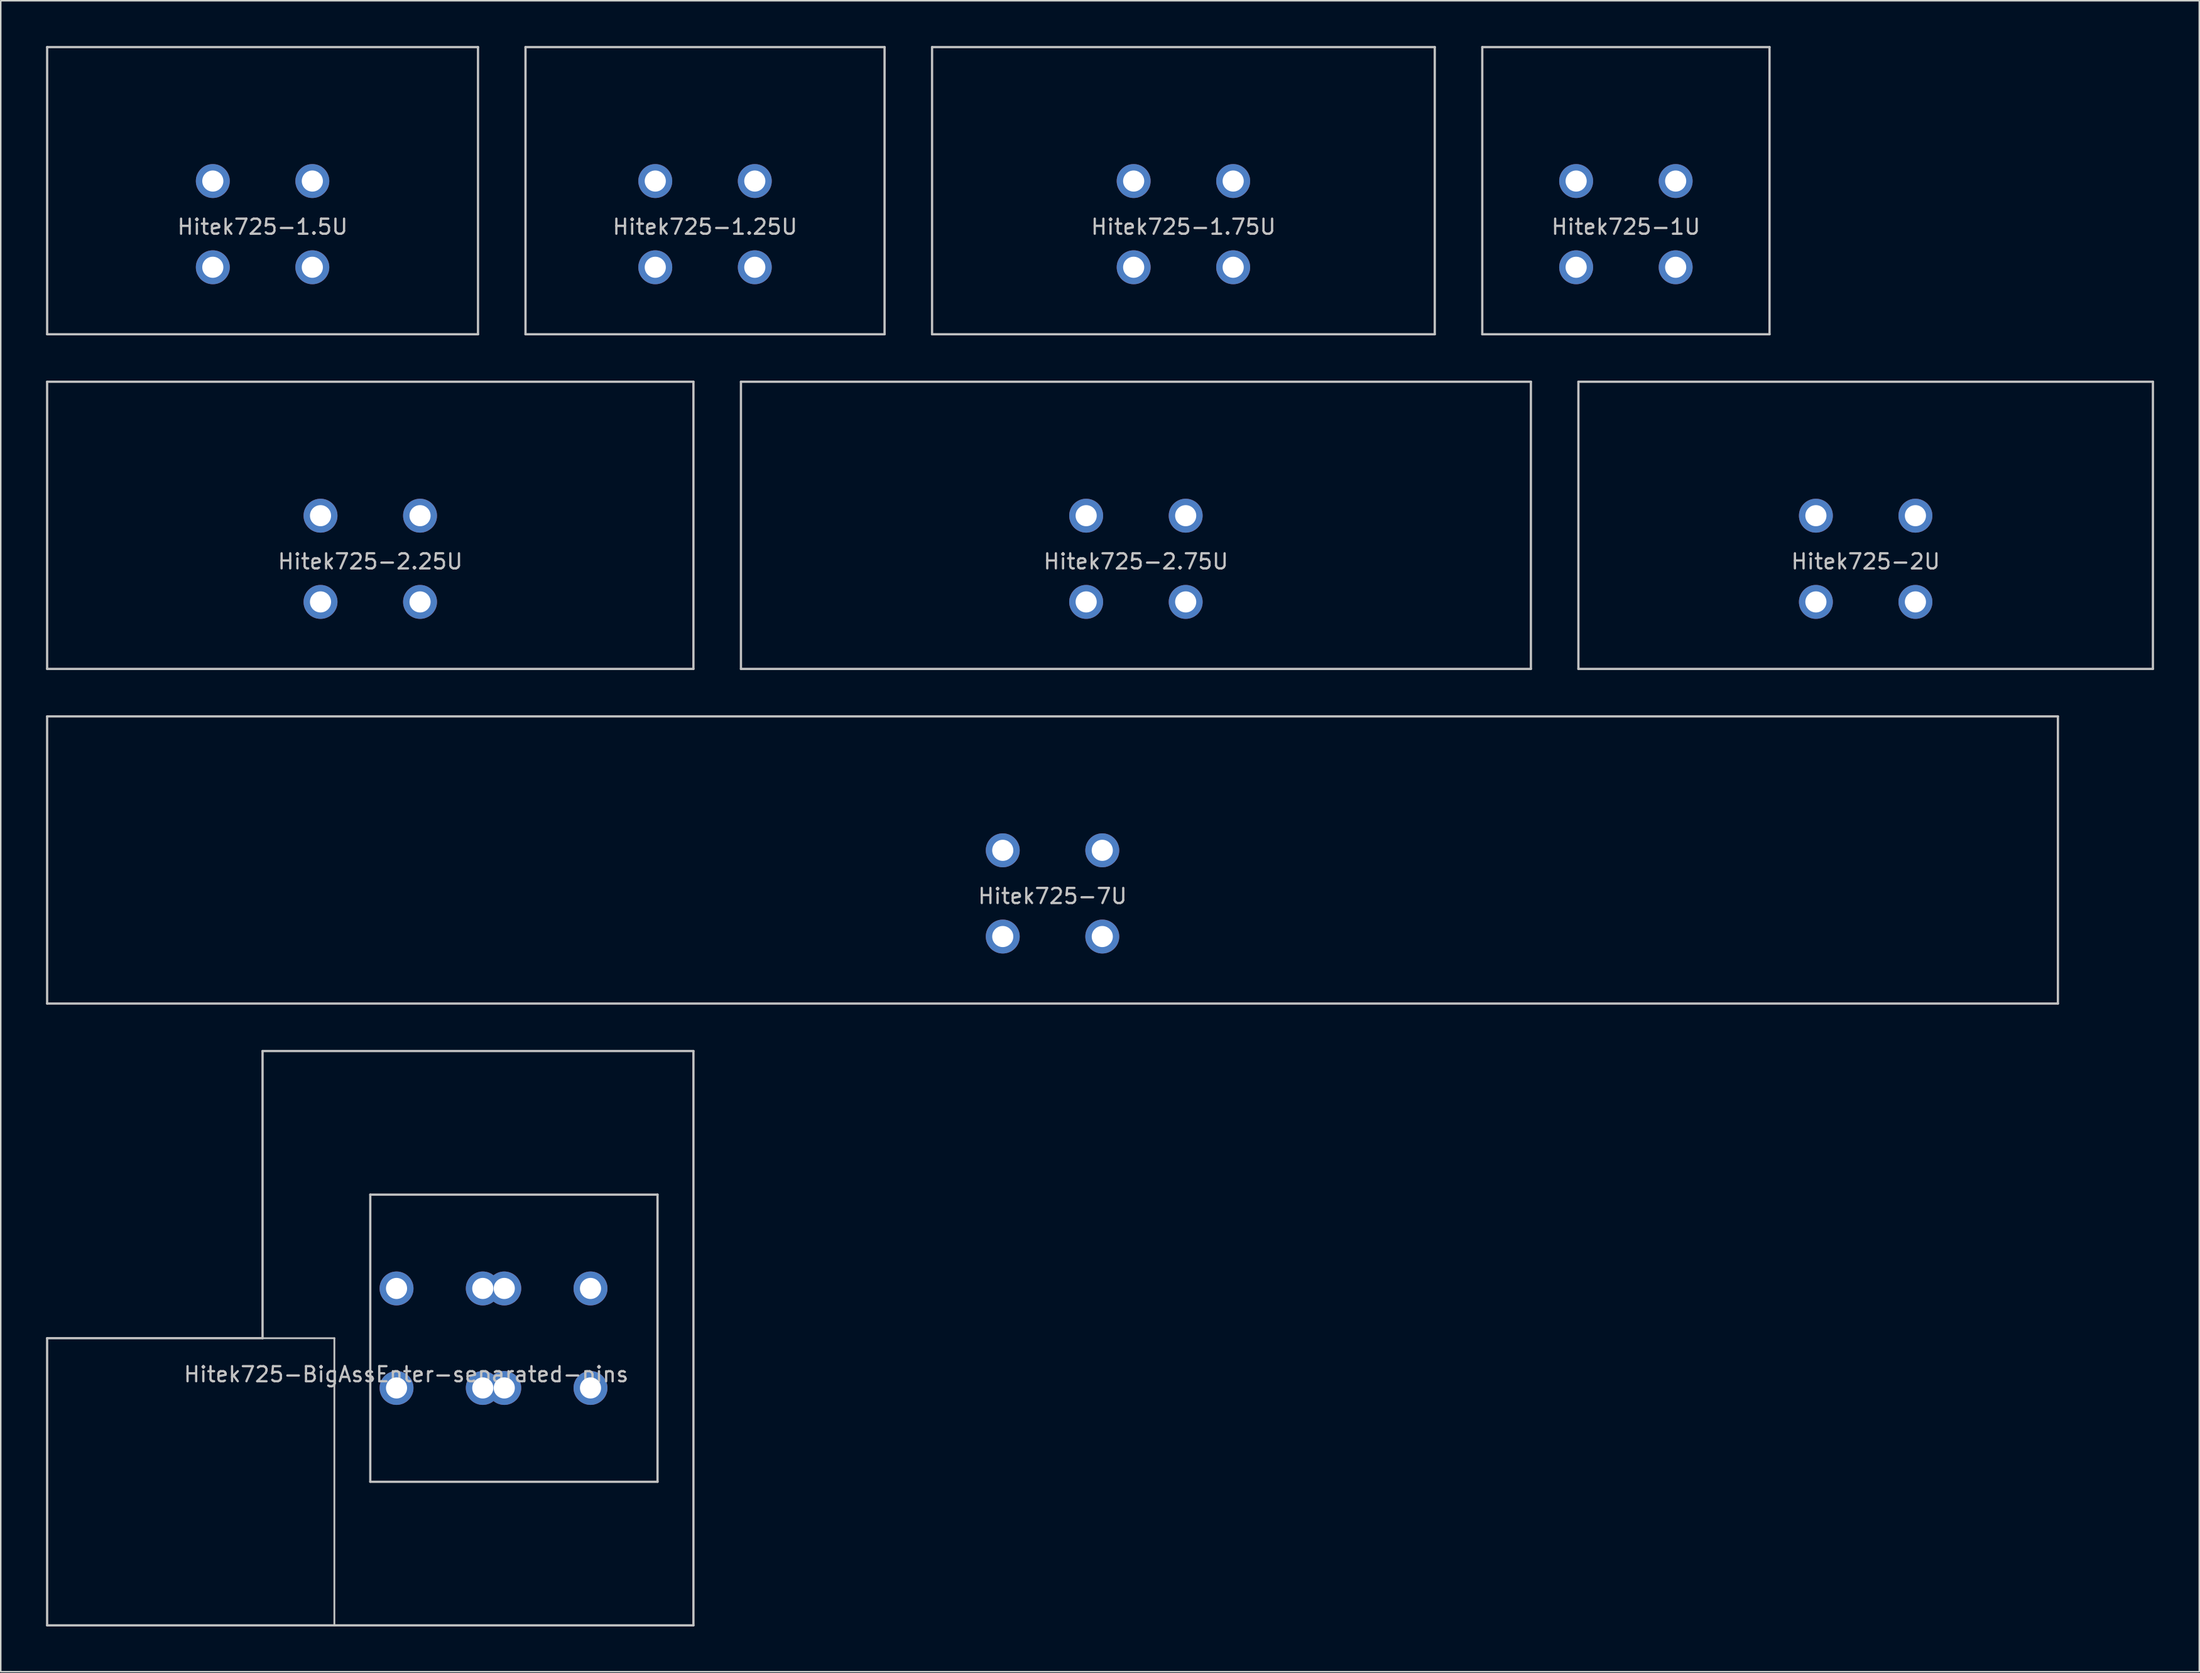
<source format=kicad_pcb>
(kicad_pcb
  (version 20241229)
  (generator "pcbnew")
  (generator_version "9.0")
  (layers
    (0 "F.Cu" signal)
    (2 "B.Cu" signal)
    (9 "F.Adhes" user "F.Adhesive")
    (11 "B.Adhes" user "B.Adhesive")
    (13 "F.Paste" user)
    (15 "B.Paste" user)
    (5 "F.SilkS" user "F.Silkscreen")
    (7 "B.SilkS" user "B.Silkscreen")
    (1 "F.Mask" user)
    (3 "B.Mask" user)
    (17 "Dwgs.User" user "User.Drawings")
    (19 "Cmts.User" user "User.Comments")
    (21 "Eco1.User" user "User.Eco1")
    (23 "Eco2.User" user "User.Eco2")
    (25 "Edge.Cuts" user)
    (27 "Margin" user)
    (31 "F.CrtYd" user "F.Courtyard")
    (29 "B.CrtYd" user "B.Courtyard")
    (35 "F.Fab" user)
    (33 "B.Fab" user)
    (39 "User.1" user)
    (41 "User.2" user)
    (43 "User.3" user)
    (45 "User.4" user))
  (footprint "Hitek725-1.75U"
    (layer "F.Cu")
    (at 75.431 9.6)
    (property "Reference" "Hitek725-1.75U" (at 0 2.4 0) (layer "Dwgs.User") (effects (font (size 1 1) (thickness 0.15))))
    (attr through_hole)
    (fp_line (start -16.669 -9.525) (end 16.669 -9.525) (stroke (width 0.15) (type solid)) (layer "Dwgs.User"))
    (fp_line (start -16.669 9.525) (end -16.669 -9.525) (stroke (width 0.15) (type solid)) (layer "Dwgs.User"))
    (fp_line (start 16.669 -9.525) (end 16.669 9.525) (stroke (width 0.15) (type solid)) (layer "Dwgs.User"))
    (fp_line (start 16.669 9.525) (end -16.669 9.525) (stroke (width 0.15) (type solid)) (layer "Dwgs.User"))
    (pad "1" thru_hole circle (at -3.3 -0.64) (size 2.25 2.25) (drill 1.4) (layers "*.Cu" "*.Mask"))
    (pad "1" thru_hole circle (at -3.3 5.08) (size 2.25 2.25) (drill 1.4) (layers "*.Cu" "*.Mask"))
    (pad "2" thru_hole circle (at 3.3 -0.64) (size 2.25 2.25) (drill 1.4) (layers "*.Cu" "*.Mask"))
    (pad "2" thru_hole circle (at 3.3 5.08) (size 2.25 2.25) (drill 1.4) (layers "*.Cu" "*.Mask")))
  (footprint "Hitek725-1U"
    (layer "F.Cu")
    (at 104.775 9.6)
    (property "Reference" "Hitek725-1U" (at 0 2.4 0) (layer "Dwgs.User") (effects (font (size 1 1) (thickness 0.15))))
    (attr through_hole)
    (fp_line (start -9.525 -9.525) (end 9.525 -9.525) (stroke (width 0.15) (type solid)) (layer "Dwgs.User"))
    (fp_line (start -9.525 9.525) (end -9.525 -9.525) (stroke (width 0.15) (type solid)) (layer "Dwgs.User"))
    (fp_line (start 9.525 -9.525) (end 9.525 9.525) (stroke (width 0.15) (type solid)) (layer "Dwgs.User"))
    (fp_line (start 9.525 9.525) (end -9.525 9.525) (stroke (width 0.15) (type solid)) (layer "Dwgs.User"))
    (pad "1" thru_hole circle (at -3.3 -0.64) (size 2.25 2.25) (drill 1.4) (layers "*.Cu" "*.Mask"))
    (pad "1" thru_hole circle (at -3.3 5.08) (size 2.25 2.25) (drill 1.4) (layers "*.Cu" "*.Mask"))
    (pad "2" thru_hole circle (at 3.3 -0.64) (size 2.25 2.25) (drill 1.4) (layers "*.Cu" "*.Mask"))
    (pad "2" thru_hole circle (at 3.3 5.08) (size 2.25 2.25) (drill 1.4) (layers "*.Cu" "*.Mask")))
  (footprint "Hitek725-7U"
    (layer "F.Cu")
    (at 66.75 54)
    (property "Reference" "Hitek725-7U" (at 0 2.4 0) (layer "Dwgs.User") (effects (font (size 1 1) (thickness 0.15))))
    (attr through_hole)
    (fp_line (start -66.675 -9.525) (end 66.675 -9.525) (stroke (width 0.15) (type solid)) (layer "Dwgs.User"))
    (fp_line (start -66.675 9.525) (end -66.675 -9.525) (stroke (width 0.15) (type solid)) (layer "Dwgs.User"))
    (fp_line (start 66.675 -9.525) (end 66.675 9.525) (stroke (width 0.15) (type solid)) (layer "Dwgs.User"))
    (fp_line (start 66.675 9.525) (end -66.675 9.525) (stroke (width 0.15) (type solid)) (layer "Dwgs.User"))
    (pad "1" thru_hole circle (at -3.3 -0.64) (size 2.25 2.25) (drill 1.4) (layers "*.Cu" "*.Mask"))
    (pad "1" thru_hole circle (at -3.3 5.08) (size 2.25 2.25) (drill 1.4) (layers "*.Cu" "*.Mask"))
    (pad "2" thru_hole circle (at 3.3 -0.64) (size 2.25 2.25) (drill 1.4) (layers "*.Cu" "*.Mask"))
    (pad "2" thru_hole circle (at 3.3 5.08) (size 2.25 2.25) (drill 1.4) (layers "*.Cu" "*.Mask")))
  (footprint "Hitek725-2.75U"
    (layer "F.Cu")
    (at 72.281 31.8)
    (property "Reference" "Hitek725-2.75U" (at 0 2.4 0) (layer "Dwgs.User") (effects (font (size 1 1) (thickness 0.15))))
    (attr through_hole)
    (fp_line (start -26.194 -9.525) (end 26.194 -9.525) (stroke (width 0.15) (type solid)) (layer "Dwgs.User"))
    (fp_line (start -26.194 9.525) (end -26.194 -9.525) (stroke (width 0.15) (type solid)) (layer "Dwgs.User"))
    (fp_line (start 26.194 -9.525) (end 26.194 9.525) (stroke (width 0.15) (type solid)) (layer "Dwgs.User"))
    (fp_line (start 26.194 9.525) (end -26.194 9.525) (stroke (width 0.15) (type solid)) (layer "Dwgs.User"))
    (pad "1" thru_hole circle (at -3.3 -0.64) (size 2.25 2.25) (drill 1.4) (layers "*.Cu" "*.Mask"))
    (pad "1" thru_hole circle (at -3.3 5.08) (size 2.25 2.25) (drill 1.4) (layers "*.Cu" "*.Mask"))
    (pad "2" thru_hole circle (at 3.3 -0.64) (size 2.25 2.25) (drill 1.4) (layers "*.Cu" "*.Mask"))
    (pad "2" thru_hole circle (at 3.3 5.08) (size 2.25 2.25) (drill 1.4) (layers "*.Cu" "*.Mask")))
  (footprint "Hitek725-2.25U"
    (layer "F.Cu")
    (at 21.506 31.8)
    (property "Reference" "Hitek725-2.25U" (at 0 2.4 0) (layer "Dwgs.User") (effects (font (size 1 1) (thickness 0.15))))
    (attr through_hole)
    (fp_line (start -21.431 -9.525) (end 21.431 -9.525) (stroke (width 0.15) (type solid)) (layer "Dwgs.User"))
    (fp_line (start -21.431 9.525) (end -21.431 -9.525) (stroke (width 0.15) (type solid)) (layer "Dwgs.User"))
    (fp_line (start 21.431 -9.525) (end 21.431 9.525) (stroke (width 0.15) (type solid)) (layer "Dwgs.User"))
    (fp_line (start 21.431 9.525) (end -21.431 9.525) (stroke (width 0.15) (type solid)) (layer "Dwgs.User"))
    (pad "1" thru_hole circle (at -3.3 -0.64) (size 2.25 2.25) (drill 1.4) (layers "*.Cu" "*.Mask"))
    (pad "1" thru_hole circle (at -3.3 5.08) (size 2.25 2.25) (drill 1.4) (layers "*.Cu" "*.Mask"))
    (pad "2" thru_hole circle (at 3.3 -0.64) (size 2.25 2.25) (drill 1.4) (layers "*.Cu" "*.Mask"))
    (pad "2" thru_hole circle (at 3.3 5.08) (size 2.25 2.25) (drill 1.4) (layers "*.Cu" "*.Mask")))
  (footprint "Hitek725-BigAssEnter-separated-pins"
    (layer "F.Cu")
    (at 23.887 85.725)
    (property "Reference" "Hitek725-BigAssEnter-separated-pins" (at 0 2.4 0) (layer "Dwgs.User") (effects (font (size 1 1) (thickness 0.15))))
    (fp_line (start -23.812 0) (end -23.812 19.05) (stroke (width 0.15) (type solid)) (layer "Dwgs.User"))
    (fp_line (start -9.525 -19.05) (end 19.05 -19.05) (stroke (width 0.15) (type solid)) (layer "Dwgs.User"))
    (fp_line (start -9.525 0) (end -23.812 0) (stroke (width 0.15) (type solid)) (layer "Dwgs.User"))
    (fp_line (start -9.525 0) (end -9.525 -19.05) (stroke (width 0.15) (type solid)) (layer "Dwgs.User"))
    (fp_line (start -9.525 0) (end -4.763 0) (stroke (width 0.12) (type solid)) (layer "Dwgs.User"))
    (fp_line (start -4.763 0) (end -4.763 19.05) (stroke (width 0.12) (type solid)) (layer "Dwgs.User"))
    (fp_line (start -2.381 -9.525) (end 16.669 -9.525) (stroke (width 0.15) (type solid)) (layer "Dwgs.User"))
    (fp_line (start -2.381 9.525) (end -2.381 -9.525) (stroke (width 0.15) (type solid)) (layer "Dwgs.User"))
    (fp_line (start 16.669 -9.525) (end 16.669 9.525) (stroke (width 0.15) (type solid)) (layer "Dwgs.User"))
    (fp_line (start 16.669 9.525) (end -2.381 9.525) (stroke (width 0.15) (type solid)) (layer "Dwgs.User"))
    (fp_line (start 19.05 -19.05) (end 19.05 19.05) (stroke (width 0.15) (type solid)) (layer "Dwgs.User"))
    (fp_line (start 19.05 19.05) (end -23.812 19.05) (stroke (width 0.15) (type solid)) (layer "Dwgs.User"))
    (pad "1" thru_hole circle (at -0.64 -3.3) (size 2.25 2.25) (drill 1.4) (layers "*.Cu" "*.Mask"))
    (pad "1" thru_hole circle (at 5.08 -3.3) (size 2.25 2.25) (drill 1.4) (layers "*.Cu" "*.Mask"))
    (pad "1" thru_hole circle (at 6.504 -3.3 90) (size 2.25 2.25) (drill 1.4) (layers "*.Cu" "*.Mask"))
    (pad "1" thru_hole circle (at 12.224 -3.3 90) (size 2.25 2.25) (drill 1.4) (layers "*.Cu" "*.Mask"))
    (pad "2" thru_hole circle (at -0.64 3.3) (size 2.25 2.25) (drill 1.4) (layers "*.Cu" "*.Mask"))
    (pad "2" thru_hole circle (at 5.08 3.3) (size 2.25 2.25) (drill 1.4) (layers "*.Cu" "*.Mask"))
    (pad "2" thru_hole circle (at 6.504 3.3 90) (size 2.25 2.25) (drill 1.4) (layers "*.Cu" "*.Mask"))
    (pad "2" thru_hole circle (at 12.224 3.3 90) (size 2.25 2.25) (drill 1.4) (layers "*.Cu" "*.Mask")))
  (footprint "Hitek725-1.5U"
    (layer "F.Cu")
    (at 14.363 9.6)
    (property "Reference" "Hitek725-1.5U" (at 0 2.4 0) (layer "Dwgs.User") (effects (font (size 1 1) (thickness 0.15))))
    (attr through_hole)
    (fp_line (start -14.287 -9.525) (end 14.287 -9.525) (stroke (width 0.15) (type solid)) (layer "Dwgs.User"))
    (fp_line (start -14.287 9.525) (end -14.287 -9.525) (stroke (width 0.15) (type solid)) (layer "Dwgs.User"))
    (fp_line (start 14.287 -9.525) (end 14.287 9.525) (stroke (width 0.15) (type solid)) (layer "Dwgs.User"))
    (fp_line (start 14.287 9.525) (end -14.287 9.525) (stroke (width 0.15) (type solid)) (layer "Dwgs.User"))
    (pad "1" thru_hole circle (at -3.3 -0.64) (size 2.25 2.25) (drill 1.4) (layers "*.Cu" "*.Mask"))
    (pad "1" thru_hole circle (at -3.3 5.08) (size 2.25 2.25) (drill 1.4) (layers "*.Cu" "*.Mask"))
    (pad "2" thru_hole circle (at 3.3 -0.64) (size 2.25 2.25) (drill 1.4) (layers "*.Cu" "*.Mask"))
    (pad "2" thru_hole circle (at 3.3 5.08) (size 2.25 2.25) (drill 1.4) (layers "*.Cu" "*.Mask")))
  (footprint "Hitek725-2U"
    (layer "F.Cu")
    (at 120.675 31.8)
    (property "Reference" "Hitek725-2U" (at 0 2.4 0) (layer "Dwgs.User") (effects (font (size 1 1) (thickness 0.15))))
    (attr through_hole)
    (fp_line (start -19.05 -9.525) (end 19.05 -9.525) (stroke (width 0.15) (type solid)) (layer "Dwgs.User"))
    (fp_line (start -19.05 9.525) (end -19.05 -9.525) (stroke (width 0.15) (type solid)) (layer "Dwgs.User"))
    (fp_line (start 19.05 -9.525) (end 19.05 9.525) (stroke (width 0.15) (type solid)) (layer "Dwgs.User"))
    (fp_line (start 19.05 9.525) (end -19.05 9.525) (stroke (width 0.15) (type solid)) (layer "Dwgs.User"))
    (pad "1" thru_hole circle (at -3.3 -0.64) (size 2.25 2.25) (drill 1.4) (layers "*.Cu" "*.Mask"))
    (pad "1" thru_hole circle (at -3.3 5.08) (size 2.25 2.25) (drill 1.4) (layers "*.Cu" "*.Mask"))
    (pad "2" thru_hole circle (at 3.3 -0.64) (size 2.25 2.25) (drill 1.4) (layers "*.Cu" "*.Mask"))
    (pad "2" thru_hole circle (at 3.3 5.08) (size 2.25 2.25) (drill 1.4) (layers "*.Cu" "*.Mask")))
  (footprint "Hitek725-1.25U"
    (layer "F.Cu")
    (at 43.706 9.6)
    (property "Reference" "Hitek725-1.25U" (at 0 2.4 0) (layer "Dwgs.User") (effects (font (size 1 1) (thickness 0.15))))
    (attr through_hole)
    (fp_line (start -11.906 -9.525) (end 11.906 -9.525) (stroke (width 0.15) (type solid)) (layer "Dwgs.User"))
    (fp_line (start -11.906 9.525) (end -11.906 -9.525) (stroke (width 0.15) (type solid)) (layer "Dwgs.User"))
    (fp_line (start 11.906 -9.525) (end 11.906 9.525) (stroke (width 0.15) (type solid)) (layer "Dwgs.User"))
    (fp_line (start 11.906 9.525) (end -11.906 9.525) (stroke (width 0.15) (type solid)) (layer "Dwgs.User"))
    (pad "1" thru_hole circle (at -3.3 -0.64) (size 2.25 2.25) (drill 1.4) (layers "*.Cu" "*.Mask"))
    (pad "1" thru_hole circle (at -3.3 5.08) (size 2.25 2.25) (drill 1.4) (layers "*.Cu" "*.Mask"))
    (pad "2" thru_hole circle (at 3.3 -0.64) (size 2.25 2.25) (drill 1.4) (layers "*.Cu" "*.Mask"))
    (pad "2" thru_hole circle (at 3.3 5.08) (size 2.25 2.25) (drill 1.4) (layers "*.Cu" "*.Mask")))
  (gr_rect
    (start -3 -3)
    (end 142.8 107.85)
    (stroke (width 0.1) (type default))
    (fill no)
    (layer "Edge.Cuts")))
</source>
